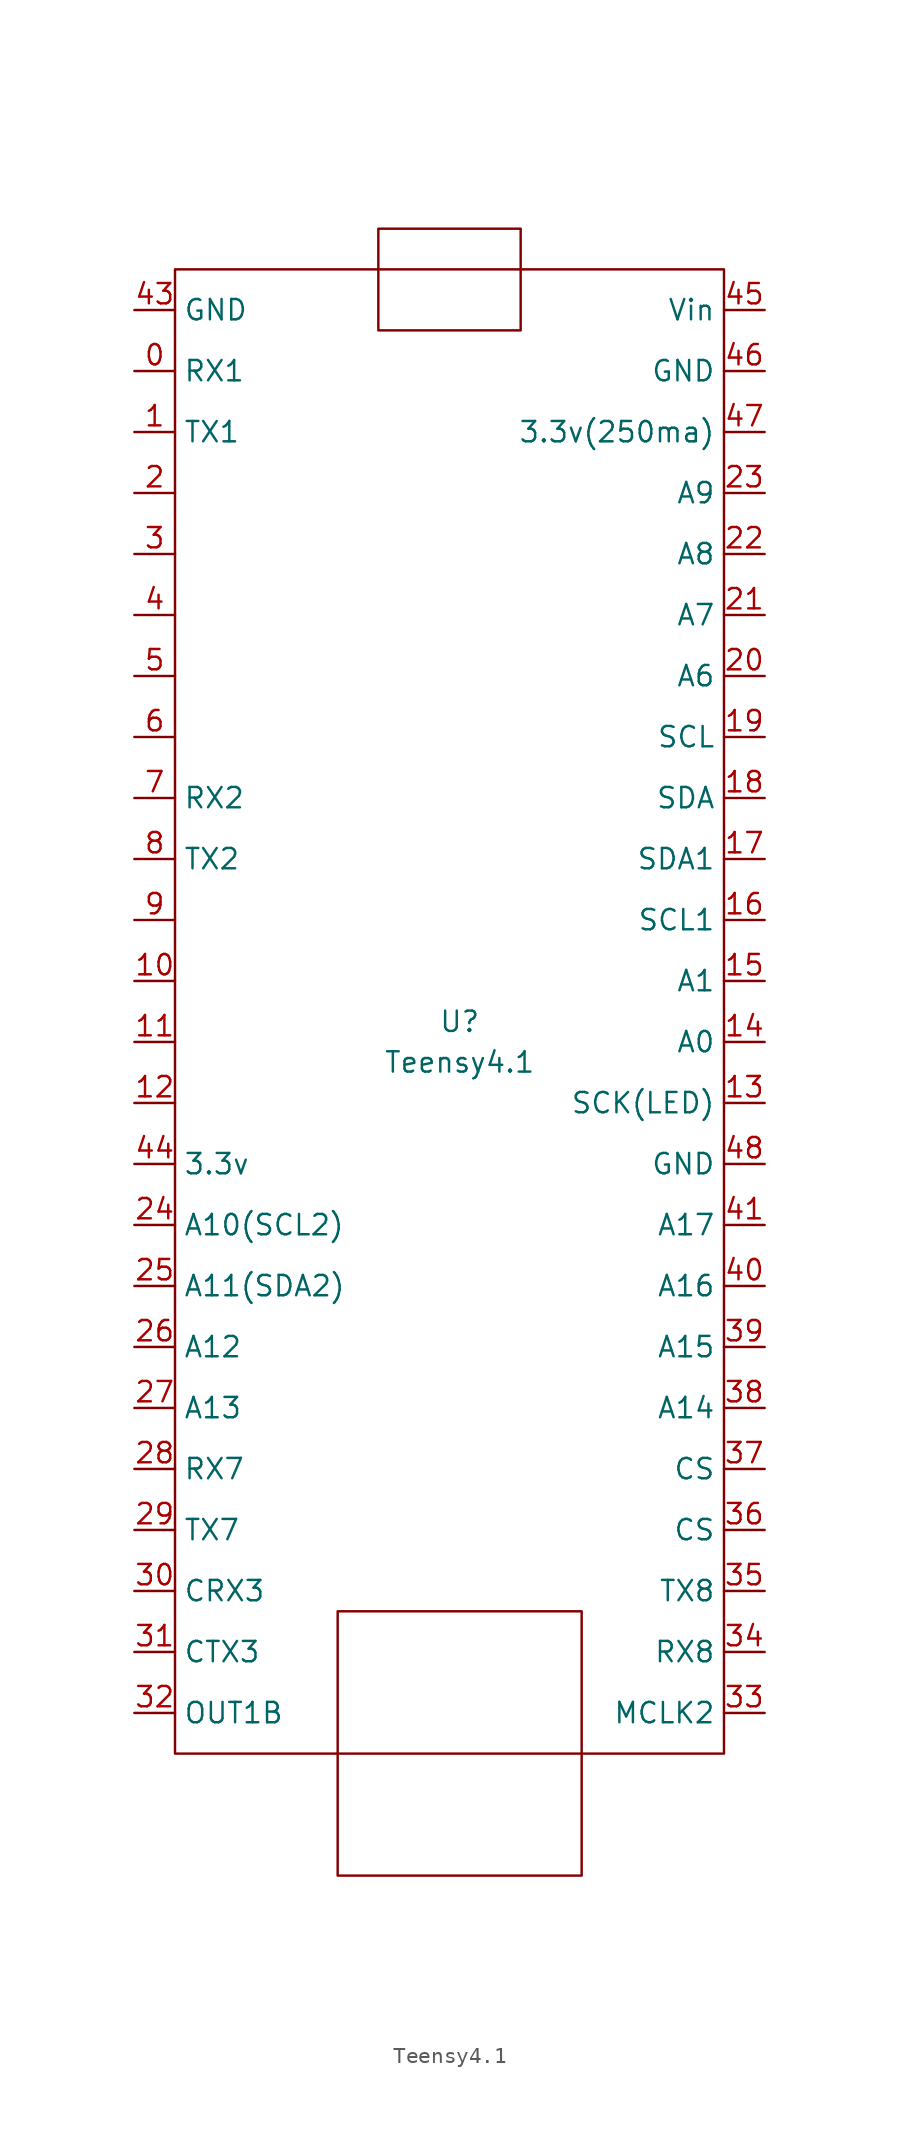
<source format=kicad_sym>
(kicad_symbol_lib
  (version 20211014)
  (generator kicad_symbol_editor)
  (symbol "Teensy4.1"
    (property "Reference" "U"
      (at 0 -1.27 0)
      (effects (font (size 1.27 1.27))))
    (property "Value" "Teensy4.1"
      (at 0 -3.81 0)
      (effects (font (size 1.27 1.27))))
    (symbol "Teensy4.1_0_0"
      (text "" (at 16.51 20.32 0) (effects (font (size 1.27 1.27)))))
    (symbol "Teensy4.1_0_1"
      (rectangle (start -17.78 45.72) (end 16.51 -46.99) (stroke (width 0) (type default) (color 0 0 0 0)) (fill (type none)))
      (rectangle (start -7.62 -38.1) (end 7.62 -54.61) (stroke (width 0) (type default) (color 0 0 0 0)) (fill (type none)))
      (rectangle (start -5.08 41.91) (end 3.81 48.26) (stroke (width 0) (type default) (color 0 0 0 0)) (fill (type none))))
    (symbol "Teensy4.1_1_1"
      (pin input line (at -20.32 39.37 0) (length 2.54) (name "RX1" (effects (font (size 1.27 1.27)))) (number "0" (effects (font (size 1.27 1.27)))))
      (pin input line (at -20.32 35.56 0) (length 2.54) (name "TX1" (effects (font (size 1.27 1.27)))) (number "1" (effects (font (size 1.27 1.27)))))
      (pin input line (at -20.32 1.27 0) (length 2.54) (name "" (effects (font (size 1.27 1.27)))) (number "10" (effects (font (size 1.27 1.27)))))
      (pin input line (at -20.32 -2.54 0) (length 2.54) (name "" (effects (font (size 1.27 1.27)))) (number "11" (effects (font (size 1.27 1.27)))))
      (pin input line (at -20.32 -6.35 0) (length 2.54) (name "" (effects (font (size 1.27 1.27)))) (number "12" (effects (font (size 1.27 1.27)))))
      (pin input line (at 19.05 -6.35 180) (length 2.54) (name "SCK(LED)" (effects (font (size 1.27 1.27)))) (number "13" (effects (font (size 1.27 1.27)))))
      (pin input line (at 19.05 -2.54 180) (length 2.54) (name "A0" (effects (font (size 1.27 1.27)))) (number "14" (effects (font (size 1.27 1.27)))))
      (pin input line (at 19.05 1.27 180) (length 2.54) (name "A1" (effects (font (size 1.27 1.27)))) (number "15" (effects (font (size 1.27 1.27)))))
      (pin input line (at 19.05 5.08 180) (length 2.54) (name "SCL1" (effects (font (size 1.27 1.27)))) (number "16" (effects (font (size 1.27 1.27)))))
      (pin input line (at 19.05 8.89 180) (length 2.54) (name "SDA1" (effects (font (size 1.27 1.27)))) (number "17" (effects (font (size 1.27 1.27)))))
      (pin input line (at 19.05 12.7 180) (length 2.54) (name "SDA" (effects (font (size 1.27 1.27)))) (number "18" (effects (font (size 1.27 1.27)))))
      (pin input line (at 19.05 16.51 180) (length 2.54) (name "SCL" (effects (font (size 1.27 1.27)))) (number "19" (effects (font (size 1.27 1.27)))))
      (pin input line (at -20.32 31.75 0) (length 2.54) (name "" (effects (font (size 1.27 1.27)))) (number "2" (effects (font (size 1.27 1.27)))))
      (pin input line (at 19.05 20.32 180) (length 2.54) (name "A6" (effects (font (size 1.27 1.27)))) (number "20" (effects (font (size 1.27 1.27)))))
      (pin input line (at 19.05 24.13 180) (length 2.54) (name "A7" (effects (font (size 1.27 1.27)))) (number "21" (effects (font (size 1.27 1.27)))))
      (pin input line (at 19.05 27.94 180) (length 2.54) (name "A8" (effects (font (size 1.27 1.27)))) (number "22" (effects (font (size 1.27 1.27)))))
      (pin input line (at 19.05 31.75 180) (length 2.54) (name "A9" (effects (font (size 1.27 1.27)))) (number "23" (effects (font (size 1.27 1.27)))))
      (pin input line (at -20.32 -13.97 0) (length 2.54) (name "A10(SCL2)" (effects (font (size 1.27 1.27)))) (number "24" (effects (font (size 1.27 1.27)))))
      (pin input line (at -20.32 -17.78 0) (length 2.54) (name "A11(SDA2)" (effects (font (size 1.27 1.27)))) (number "25" (effects (font (size 1.27 1.27)))))
      (pin input line (at -20.32 -21.59 0) (length 2.54) (name "A12" (effects (font (size 1.27 1.27)))) (number "26" (effects (font (size 1.27 1.27)))))
      (pin input line (at -20.32 -25.4 0) (length 2.54) (name "A13" (effects (font (size 1.27 1.27)))) (number "27" (effects (font (size 1.27 1.27)))))
      (pin input line (at -20.32 -29.21 0) (length 2.54) (name "RX7" (effects (font (size 1.27 1.27)))) (number "28" (effects (font (size 1.27 1.27)))))
      (pin input line (at -20.32 -33.02 0) (length 2.54) (name "TX7" (effects (font (size 1.27 1.27)))) (number "29" (effects (font (size 1.27 1.27)))))
      (pin input line (at -20.32 27.94 0) (length 2.54) (name "" (effects (font (size 1.27 1.27)))) (number "3" (effects (font (size 1.27 1.27)))))
      (pin input line (at -20.32 -36.83 0) (length 2.54) (name "CRX3" (effects (font (size 1.27 1.27)))) (number "30" (effects (font (size 1.27 1.27)))))
      (pin input line (at -20.32 -40.64 0) (length 2.54) (name "CTX3" (effects (font (size 1.27 1.27)))) (number "31" (effects (font (size 1.27 1.27)))))
      (pin input line (at -20.32 -44.45 0) (length 2.54) (name "OUT1B" (effects (font (size 1.27 1.27)))) (number "32" (effects (font (size 1.27 1.27)))))
      (pin input line (at 19.05 -44.45 180) (length 2.54) (name "MCLK2" (effects (font (size 1.27 1.27)))) (number "33" (effects (font (size 1.27 1.27)))))
      (pin input line (at 19.05 -40.64 180) (length 2.54) (name "RX8" (effects (font (size 1.27 1.27)))) (number "34" (effects (font (size 1.27 1.27)))))
      (pin input line (at 19.05 -36.83 180) (length 2.54) (name "TX8" (effects (font (size 1.27 1.27)))) (number "35" (effects (font (size 1.27 1.27)))))
      (pin input line (at 19.05 -33.02 180) (length 2.54) (name "CS" (effects (font (size 1.27 1.27)))) (number "36" (effects (font (size 1.27 1.27)))))
      (pin input line (at 19.05 -29.21 180) (length 2.54) (name "CS" (effects (font (size 1.27 1.27)))) (number "37" (effects (font (size 1.27 1.27)))))
      (pin input line (at 19.05 -25.4 180) (length 2.54) (name "A14" (effects (font (size 1.27 1.27)))) (number "38" (effects (font (size 1.27 1.27)))))
      (pin input line (at 19.05 -21.59 180) (length 2.54) (name "A15" (effects (font (size 1.27 1.27)))) (number "39" (effects (font (size 1.27 1.27)))))
      (pin input line (at -20.32 24.13 0) (length 2.54) (name "" (effects (font (size 1.27 1.27)))) (number "4" (effects (font (size 1.27 1.27)))))
      (pin input line (at 19.05 -17.78 180) (length 2.54) (name "A16" (effects (font (size 1.27 1.27)))) (number "40" (effects (font (size 1.27 1.27)))))
      (pin input line (at 19.05 -13.97 180) (length 2.54) (name "A17" (effects (font (size 1.27 1.27)))) (number "41" (effects (font (size 1.27 1.27)))))
      (pin input line (at -20.32 43.18 0) (length 2.54) (name "GND" (effects (font (size 1.27 1.27)))) (number "43" (effects (font (size 1.27 1.27)))))
      (pin input line (at -20.32 -10.16 0) (length 2.54) (name "3.3v" (effects (font (size 1.27 1.27)))) (number "44" (effects (font (size 1.27 1.27)))))
      (pin input line (at 19.05 43.18 180) (length 2.54) (name "Vin" (effects (font (size 1.27 1.27)))) (number "45" (effects (font (size 1.27 1.27)))))
      (pin input line (at 19.05 39.37 180) (length 2.54) (name "GND" (effects (font (size 1.27 1.27)))) (number "46" (effects (font (size 1.27 1.27)))))
      (pin input line (at 19.05 35.56 180) (length 2.54) (name "3.3v(250ma)" (effects (font (size 1.27 1.27)))) (number "47" (effects (font (size 1.27 1.27)))))
      (pin input line (at 19.05 -10.16 180) (length 2.54) (name "GND" (effects (font (size 1.27 1.27)))) (number "48" (effects (font (size 1.27 1.27)))))
      (pin input line (at -20.32 20.32 0) (length 2.54) (name "" (effects (font (size 1.27 1.27)))) (number "5" (effects (font (size 1.27 1.27)))))
      (pin input line (at -20.32 16.51 0) (length 2.54) (name "" (effects (font (size 1.27 1.27)))) (number "6" (effects (font (size 1.27 1.27)))))
      (pin input line (at -20.32 12.7 0) (length 2.54) (name "RX2" (effects (font (size 1.27 1.27)))) (number "7" (effects (font (size 1.27 1.27)))))
      (pin input line (at -20.32 8.89 0) (length 2.54) (name "TX2" (effects (font (size 1.27 1.27)))) (number "8" (effects (font (size 1.27 1.27)))))
      (pin input line (at -20.32 5.08 0) (length 2.54) (name "" (effects (font (size 1.27 1.27)))) (number "9" (effects (font (size 1.27 1.27))))))))
</source>
